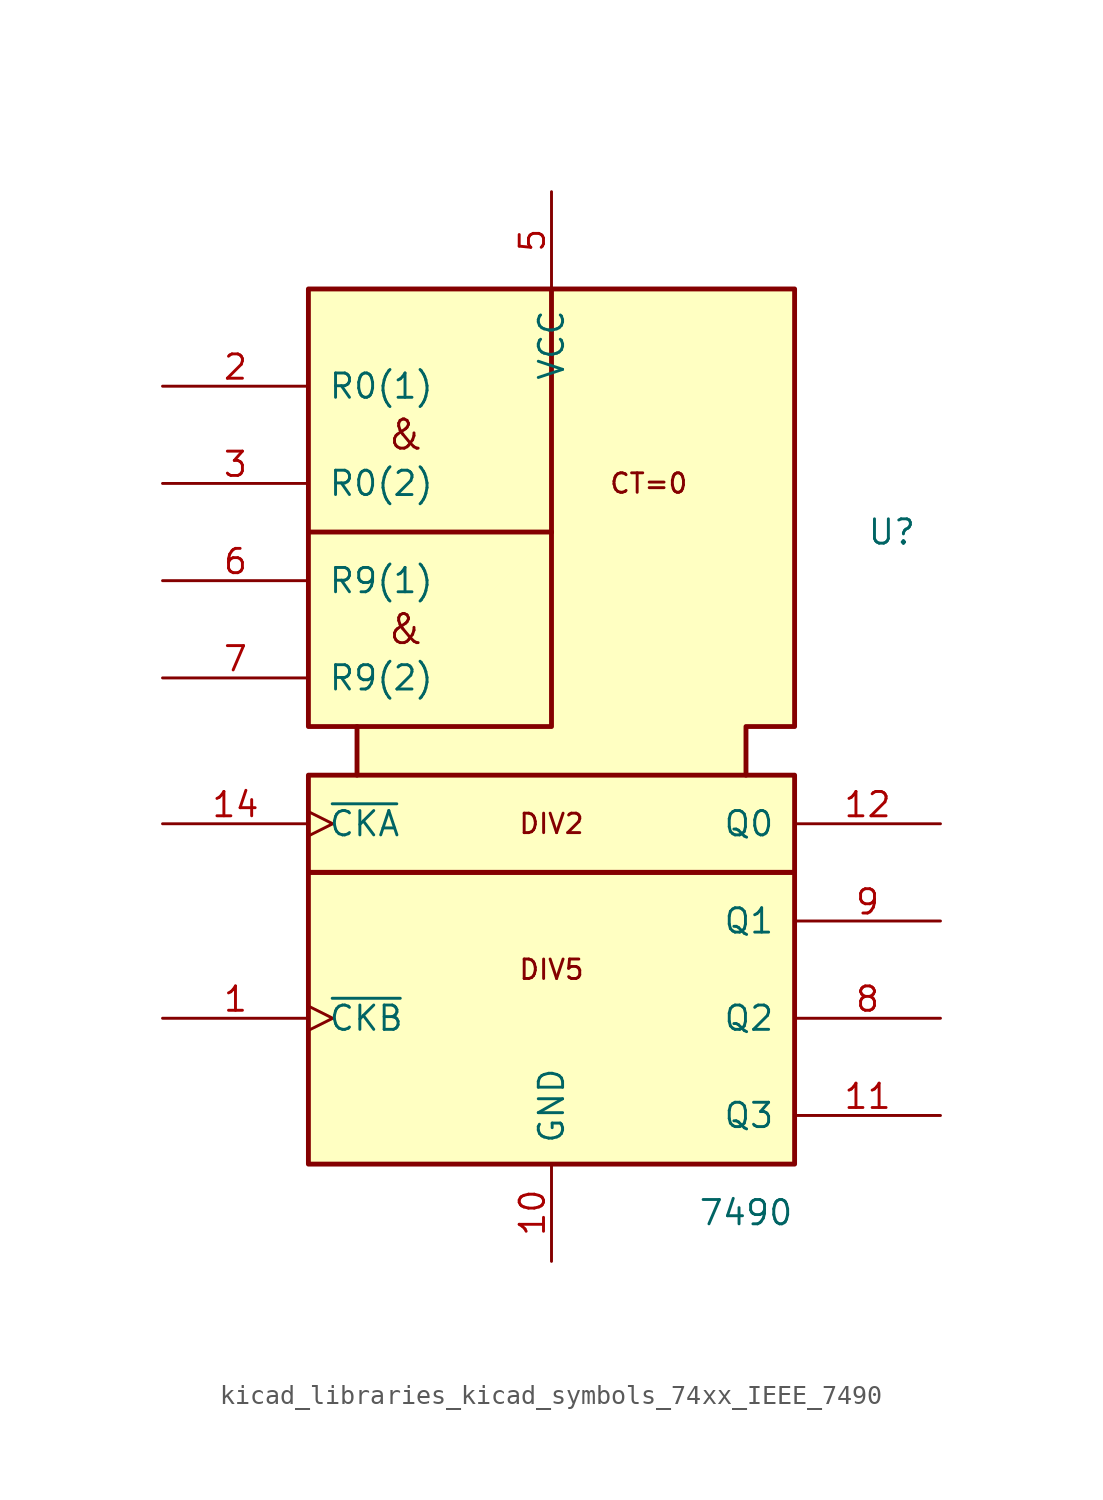
<source format=kicad_sym>
(kicad_symbol_lib
  (version 20220914)
  (generator kicad_symbol_editor)
  (symbol "kicad_libraries_kicad_symbols_74xx_IEEE_7490"
    (pin_names
      (offset 1.016))
    (property "Reference" "U"
      (at 17.78 30.48 0)
      (effects (font (size 1.27 1.27))))
    (property "Value" "7490"
      (at 10.16 -5.08 0)
      (effects (font (size 1.27 1.27))))
    (symbol "kicad_libraries_kicad_symbols_74xx_IEEE_7490_0_0"
      (rectangle (start -12.7 12.7) (end 12.7 -2.54) (stroke (width 0.254) (type default)) (fill (type background)))
      (rectangle (start -12.7 17.78) (end 12.7 12.7) (stroke (width 0.254) (type default)) (fill (type background)))
      (polyline (pts (xy 0 30.48) (xy -12.7 30.48) (xy -12.7 30.48)) (stroke (width 0.254) (type default)) (fill (type background)))
      (polyline (pts (xy 0 43.18) (xy 0 30.48) (xy 0 30.48)) (stroke (width 0.254) (type default)) (fill (type background)))
      (polyline (pts (xy 0 30.48) (xy 0 20.32) (xy -10.16 20.32) (xy -10.16 20.32)) (stroke (width 0.254) (type default)) (fill (type background)))
      (polyline (pts (xy -10.16 17.78) (xy -10.16 20.32) (xy -12.7 20.32) (xy -12.7 43.18) (xy 12.7 43.18) (xy 12.7 20.32) (xy 10.16 20.32) (xy 10.16 17.78) (xy 10.16 17.78)) (stroke (width 0.254) (type default)) (fill (type background)))
      (text "&" (at -7.62 25.4 0) (effects (font (size 1.524 1.524))))
      (text "&" (at -7.62 35.56 0) (effects (font (size 1.524 1.524))))
      (text "CT=0" (at 5.08 33.02 0) (effects (font (size 1.016 1.016))))
      (text "DIV2" (at 0 15.24 0) (effects (font (size 1.016 1.016))))
      (text "DIV5" (at 0 7.62 0) (effects (font (size 1.016 1.016))))
      (pin power_in line (at 0 -7.62 90) (length 5.08) (name "GND" (effects (font (size 1.27 1.27)))) (number "10" (effects (font (size 1.27 1.27)))))
      (pin power_in line (at 0 48.26 270) (length 5.08) (name "VCC" (effects (font (size 1.27 1.27)))) (number "5" (effects (font (size 1.27 1.27))))))
    (symbol "kicad_libraries_kicad_symbols_74xx_IEEE_7490_1_1"
      (pin input clock (at -20.32 5.08 0) (length 7.62) (name "~{CKB}" (effects (font (size 1.27 1.27)))) (number "1" (effects (font (size 1.27 1.27)))))
      (pin output line (at 20.32 0 180) (length 7.62) (name "Q3" (effects (font (size 1.27 1.27)))) (number "11" (effects (font (size 1.27 1.27)))))
      (pin output line (at 20.32 15.24 180) (length 7.62) (name "Q0" (effects (font (size 1.27 1.27)))) (number "12" (effects (font (size 1.27 1.27)))))
      (pin input clock (at -20.32 15.24 0) (length 7.62) (name "~{CKA}" (effects (font (size 1.27 1.27)))) (number "14" (effects (font (size 1.27 1.27)))))
      (pin input line (at -20.32 38.1 0) (length 7.62) (name "R0(1)" (effects (font (size 1.27 1.27)))) (number "2" (effects (font (size 1.27 1.27)))))
      (pin input line (at -20.32 33.02 0) (length 7.62) (name "R0(2)" (effects (font (size 1.27 1.27)))) (number "3" (effects (font (size 1.27 1.27)))))
      (pin input line (at -20.32 27.94 0) (length 7.62) (name "R9(1)" (effects (font (size 1.27 1.27)))) (number "6" (effects (font (size 1.27 1.27)))))
      (pin input line (at -20.32 22.86 0) (length 7.62) (name "R9(2)" (effects (font (size 1.27 1.27)))) (number "7" (effects (font (size 1.27 1.27)))))
      (pin output line (at 20.32 5.08 180) (length 7.62) (name "Q2" (effects (font (size 1.27 1.27)))) (number "8" (effects (font (size 1.27 1.27)))))
      (pin output line (at 20.32 10.16 180) (length 7.62) (name "Q1" (effects (font (size 1.27 1.27)))) (number "9" (effects (font (size 1.27 1.27))))))))
</source>
